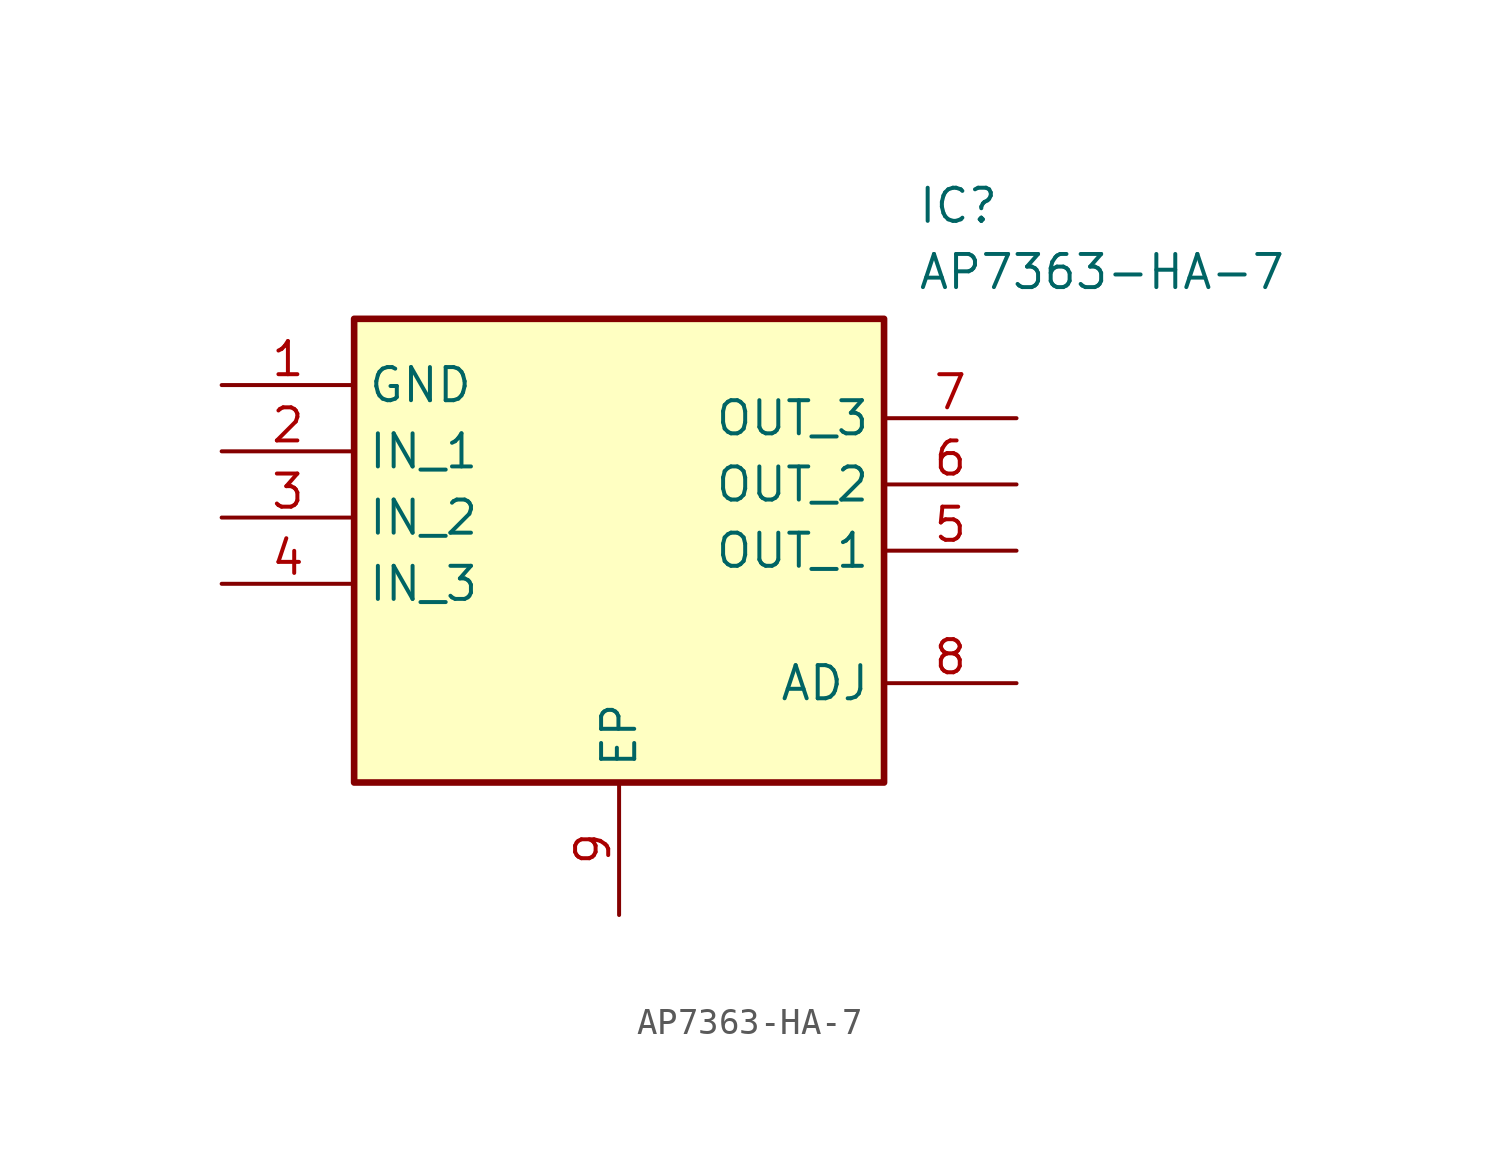
<source format=kicad_sym>
(kicad_symbol_lib
  (version 20231120)
  (generator "kicad_symbol_editor")
  (generator_version "8.0")
  (symbol "AP7363-HA-7"
    (property "Reference" "IC"
      (at 26.67 7.62 0)
      (effects (font (size 1.27 1.27)) (justify left top)))
    (property "Value" "AP7363-HA-7"
      (at 26.67 5.08 0)
      (effects (font (size 1.27 1.27)) (justify left top)))
    (symbol "AP7363-HA-7_1_1"
      (rectangle (start 5.08 2.54) (end 25.4 -15.24) (stroke (width 0.254) (type default)) (fill (type background)))
      (pin passive line (at 0 0 0) (length 5.08) (name "GND" (effects (font (size 1.27 1.27)))) (number "1" (effects (font (size 1.27 1.27)))))
      (pin passive line (at 0 -2.54 0) (length 5.08) (name "IN_1" (effects (font (size 1.27 1.27)))) (number "2" (effects (font (size 1.27 1.27)))))
      (pin passive line (at 0 -5.08 0) (length 5.08) (name "IN_2" (effects (font (size 1.27 1.27)))) (number "3" (effects (font (size 1.27 1.27)))))
      (pin passive line (at 0 -7.62 0) (length 5.08) (name "IN_3" (effects (font (size 1.27 1.27)))) (number "4" (effects (font (size 1.27 1.27)))))
      (pin passive line (at 30.48 -6.35 180) (length 5.08) (name "OUT_1" (effects (font (size 1.27 1.27)))) (number "5" (effects (font (size 1.27 1.27)))))
      (pin passive line (at 30.48 -3.81 180) (length 5.08) (name "OUT_2" (effects (font (size 1.27 1.27)))) (number "6" (effects (font (size 1.27 1.27)))))
      (pin passive line (at 30.48 -1.27 180) (length 5.08) (name "OUT_3" (effects (font (size 1.27 1.27)))) (number "7" (effects (font (size 1.27 1.27)))))
      (pin passive line (at 30.48 -11.43 180) (length 5.08) (name "ADJ" (effects (font (size 1.27 1.27)))) (number "8" (effects (font (size 1.27 1.27)))))
      (pin passive line (at 15.24 -20.32 90) (length 5.08) (name "EP" (effects (font (size 1.27 1.27)))) (number "9" (effects (font (size 1.27 1.27))))))))
</source>
